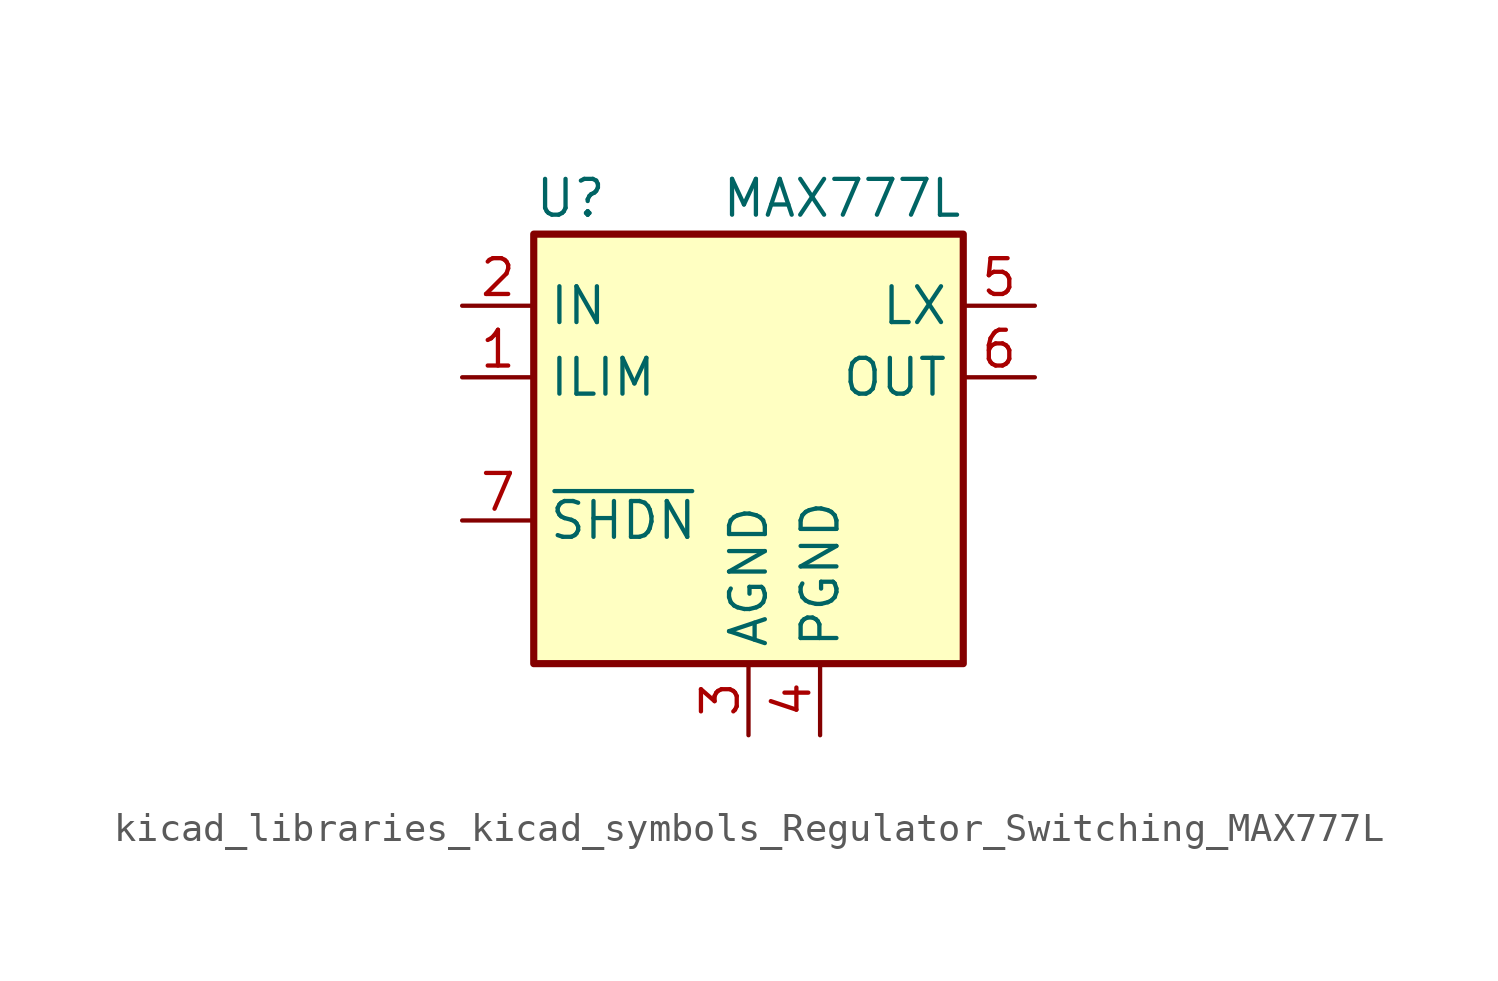
<source format=kicad_sym>
(kicad_symbol_lib
  (version 20220914)
  (generator kicad_symbol_editor)
  (symbol "kicad_libraries_kicad_symbols_Regulator_Switching_MAX777L"
    (property "Reference" "U"
      (at -7.62 8.89 0)
      (effects (font (size 1.27 1.27)) (justify left)))
    (property "Value" "MAX777L"
      (at 7.62 8.89 0)
      (effects (font (size 1.27 1.27)) (justify right)))
    (symbol "kicad_libraries_kicad_symbols_Regulator_Switching_MAX777L_0_1"
      (rectangle (start -7.62 7.62) (end 7.62 -7.62) (stroke (width 0.254) (type default)) (fill (type background))))
    (symbol "kicad_libraries_kicad_symbols_Regulator_Switching_MAX777L_1_1"
      (pin input line (at -10.16 2.54 0) (length 2.54) (name "ILIM" (effects (font (size 1.27 1.27)))) (number "1" (effects (font (size 1.27 1.27)))))
      (pin power_in line (at -10.16 5.08 0) (length 2.54) (name "IN" (effects (font (size 1.27 1.27)))) (number "2" (effects (font (size 1.27 1.27)))))
      (pin power_in line (at 0 -10.16 90) (length 2.54) (name "AGND" (effects (font (size 1.27 1.27)))) (number "3" (effects (font (size 1.27 1.27)))))
      (pin power_in line (at 2.54 -10.16 90) (length 2.54) (name "PGND" (effects (font (size 1.27 1.27)))) (number "4" (effects (font (size 1.27 1.27)))))
      (pin passive line (at 10.16 5.08 180) (length 2.54) (name "LX" (effects (font (size 1.27 1.27)))) (number "5" (effects (font (size 1.27 1.27)))))
      (pin power_out line (at 10.16 2.54 180) (length 2.54) (name "OUT" (effects (font (size 1.27 1.27)))) (number "6" (effects (font (size 1.27 1.27)))))
      (pin input line (at -10.16 -2.54 0) (length 2.54) (name "~{SHDN}" (effects (font (size 1.27 1.27)))) (number "7" (effects (font (size 1.27 1.27)))))
      (pin no_connect line (at 7.62 0 180) (length 2.54) hide (name "NC" (effects (font (size 1.27 1.27)))) (number "8" (effects (font (size 1.27 1.27))))))))
</source>
